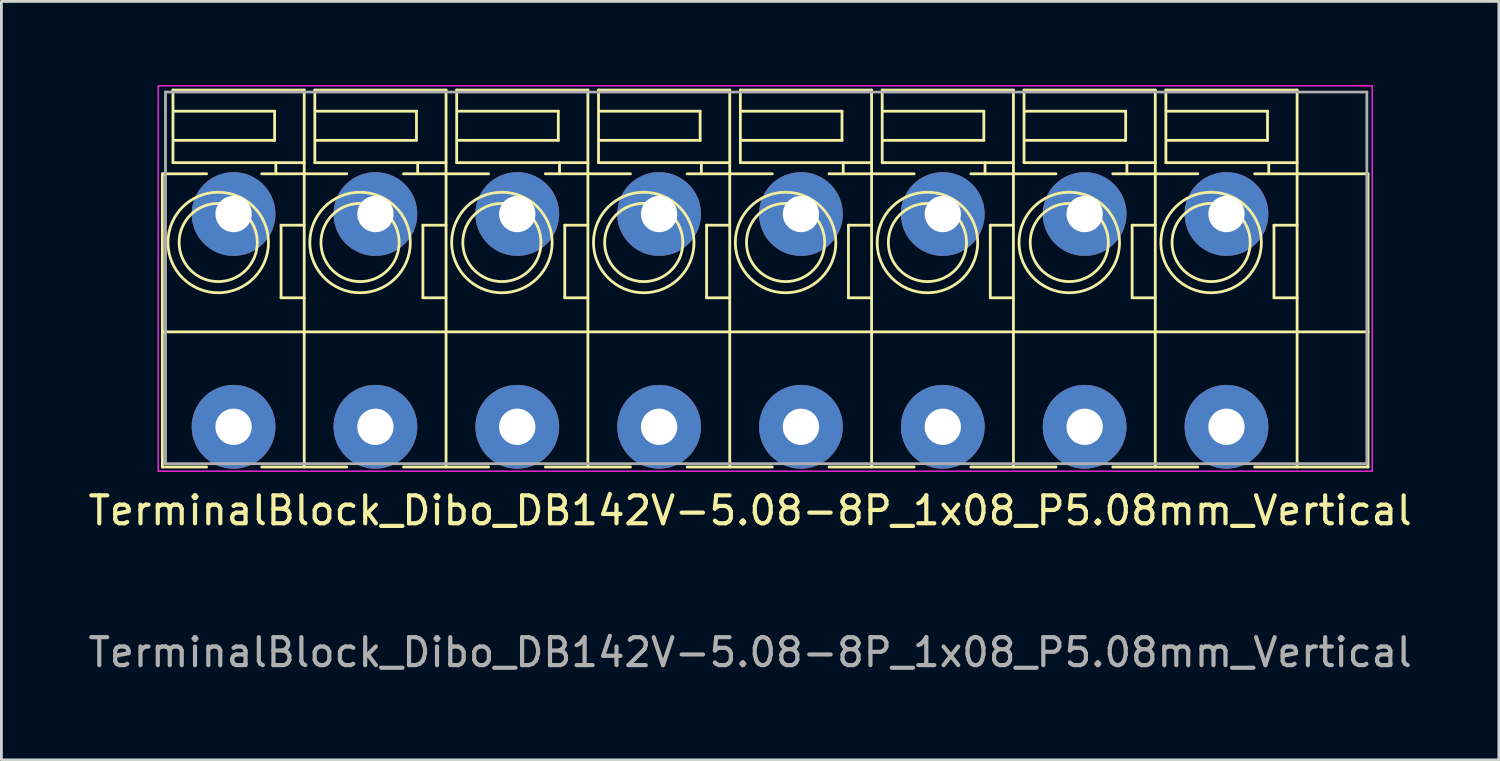
<source format=kicad_pcb>
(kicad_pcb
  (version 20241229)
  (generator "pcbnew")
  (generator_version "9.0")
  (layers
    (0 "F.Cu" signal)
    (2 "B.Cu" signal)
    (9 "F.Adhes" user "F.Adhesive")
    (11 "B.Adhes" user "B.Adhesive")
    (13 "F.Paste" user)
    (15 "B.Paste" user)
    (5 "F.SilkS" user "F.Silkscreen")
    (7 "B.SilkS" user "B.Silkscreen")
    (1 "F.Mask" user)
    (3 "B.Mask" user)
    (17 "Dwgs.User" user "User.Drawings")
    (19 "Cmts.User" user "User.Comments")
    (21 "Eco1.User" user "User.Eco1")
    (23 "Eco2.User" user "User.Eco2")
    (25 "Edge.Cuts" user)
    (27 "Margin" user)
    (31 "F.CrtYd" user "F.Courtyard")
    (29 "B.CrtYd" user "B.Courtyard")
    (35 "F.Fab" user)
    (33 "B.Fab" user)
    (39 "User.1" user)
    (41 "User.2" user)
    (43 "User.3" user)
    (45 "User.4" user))
  (footprint "TerminalBlock_Dibo_DB142V-5.08-8P_1x08_P5.08mm_Vertical"
    (layer "F.Cu")
    (at 5.315 12.235)
    (property "Reference" "TerminalBlock_Dibo_DB142V-5.08-8P_1x08_P5.08mm_Vertical" (at 18.5 3 0) (unlocked yes) (layer "F.SilkS") (effects (font (size 1 1) (thickness 0.15))))
    (attr through_hole)
    (fp_line (start -2.55 1.44) (end -2.55 -9.06) (stroke (width 0.1) (type default)) (layer "F.SilkS"))
    (fp_line (start -2.17 -12.06) (end 2.53 -12.06) (stroke (width 0.1) (type default)) (layer "F.SilkS"))
    (fp_line (start -2.17 -9.46) (end -2.17 -12.06) (stroke (width 0.1) (type default)) (layer "F.SilkS"))
    (fp_line (start -2.11 -10.26) (end 1.47 -10.26) (stroke (width 0.1) (type default)) (layer "F.SilkS"))
    (fp_line (start -0.966 -9.06) (end -2.55 -9.06) (stroke (width 0.1) (type default)) (layer "F.SilkS"))
    (fp_line (start -0.966 1.44) (end -2.55 1.44) (stroke (width 0.1) (type default)) (layer "F.SilkS"))
    (fp_line (start 1.47 -11.303) (end -2.11 -11.303) (stroke (width 0.1) (type default)) (layer "F.SilkS"))
    (fp_line (start 1.47 -10.26) (end 1.47 -11.303) (stroke (width 0.1) (type default)) (layer "F.SilkS"))
    (fp_line (start 1.514 -9.46) (end 1.514 -9.06) (stroke (width 0.1) (type default)) (layer "F.SilkS"))
    (fp_line (start 1.701 -7.22) (end 2.53 -7.22) (stroke (width 0.1) (type default)) (layer "F.SilkS"))
    (fp_line (start 1.701 -4.62) (end 1.701 -7.22) (stroke (width 0.1) (type default)) (layer "F.SilkS"))
    (fp_line (start 2.53 -12.06) (end 2.53 -9.06) (stroke (width 0.1) (type default)) (layer "F.SilkS"))
    (fp_line (start 2.53 -9.46) (end -2.17 -9.46) (stroke (width 0.1) (type default)) (layer "F.SilkS"))
    (fp_line (start 2.53 -4.62) (end 1.701 -4.62) (stroke (width 0.1) (type default)) (layer "F.SilkS"))
    (fp_line (start 2.53 1.44) (end 2.53 -9.06) (stroke (width 0.1) (type default)) (layer "F.SilkS"))
    (fp_line (start 2.91 -12.06) (end 7.61 -12.06) (stroke (width 0.1) (type default)) (layer "F.SilkS"))
    (fp_line (start 2.91 -9.46) (end 2.91 -12.06) (stroke (width 0.1) (type default)) (layer "F.SilkS"))
    (fp_line (start 2.97 -10.26) (end 6.55 -10.26) (stroke (width 0.1) (type default)) (layer "F.SilkS"))
    (fp_line (start 4.054 -9.06) (end 1.006 -9.06) (stroke (width 0.1) (type default)) (layer "F.SilkS"))
    (fp_line (start 4.054 1.44) (end 1.006 1.44) (stroke (width 0.1) (type default)) (layer "F.SilkS"))
    (fp_line (start 6.55 -11.303) (end 2.97 -11.303) (stroke (width 0.1) (type default)) (layer "F.SilkS"))
    (fp_line (start 6.55 -10.26) (end 6.55 -11.303) (stroke (width 0.1) (type default)) (layer "F.SilkS"))
    (fp_line (start 6.594 -9.46) (end 6.594 -9.06) (stroke (width 0.1) (type default)) (layer "F.SilkS"))
    (fp_line (start 6.781 -7.22) (end 7.61 -7.22) (stroke (width 0.1) (type default)) (layer "F.SilkS"))
    (fp_line (start 6.781 -4.62) (end 6.781 -7.22) (stroke (width 0.1) (type default)) (layer "F.SilkS"))
    (fp_line (start 7.61 -12.06) (end 7.61 -9.06) (stroke (width 0.1) (type default)) (layer "F.SilkS"))
    (fp_line (start 7.61 -9.46) (end 2.91 -9.46) (stroke (width 0.1) (type default)) (layer "F.SilkS"))
    (fp_line (start 7.61 -4.62) (end 6.781 -4.62) (stroke (width 0.1) (type default)) (layer "F.SilkS"))
    (fp_line (start 7.61 1.44) (end 7.61 -9.06) (stroke (width 0.1) (type default)) (layer "F.SilkS"))
    (fp_line (start 7.99 -12.06) (end 12.69 -12.06) (stroke (width 0.1) (type default)) (layer "F.SilkS"))
    (fp_line (start 7.99 -9.46) (end 7.99 -12.06) (stroke (width 0.1) (type default)) (layer "F.SilkS"))
    (fp_line (start 8.05 -10.26) (end 11.63 -10.26) (stroke (width 0.1) (type default)) (layer "F.SilkS"))
    (fp_line (start 9.134 -9.06) (end 6.086 -9.06) (stroke (width 0.1) (type default)) (layer "F.SilkS"))
    (fp_line (start 9.134 1.44) (end 6.086 1.44) (stroke (width 0.1) (type default)) (layer "F.SilkS"))
    (fp_line (start 11.63 -11.303) (end 8.05 -11.303) (stroke (width 0.1) (type default)) (layer "F.SilkS"))
    (fp_line (start 11.63 -10.26) (end 11.63 -11.303) (stroke (width 0.1) (type default)) (layer "F.SilkS"))
    (fp_line (start 11.674 -9.46) (end 11.674 -9.06) (stroke (width 0.1) (type default)) (layer "F.SilkS"))
    (fp_line (start 11.861 -7.22) (end 12.69 -7.22) (stroke (width 0.1) (type default)) (layer "F.SilkS"))
    (fp_line (start 11.861 -4.62) (end 11.861 -7.22) (stroke (width 0.1) (type default)) (layer "F.SilkS"))
    (fp_line (start 12.69 -12.06) (end 12.69 -9.06) (stroke (width 0.1) (type default)) (layer "F.SilkS"))
    (fp_line (start 12.69 -9.46) (end 7.99 -9.46) (stroke (width 0.1) (type default)) (layer "F.SilkS"))
    (fp_line (start 12.69 -4.62) (end 11.861 -4.62) (stroke (width 0.1) (type default)) (layer "F.SilkS"))
    (fp_line (start 12.69 1.44) (end 12.69 -9.06) (stroke (width 0.1) (type default)) (layer "F.SilkS"))
    (fp_line (start 13.07 -12.06) (end 17.77 -12.06) (stroke (width 0.1) (type default)) (layer "F.SilkS"))
    (fp_line (start 13.07 -9.46) (end 13.07 -12.06) (stroke (width 0.1) (type default)) (layer "F.SilkS"))
    (fp_line (start 13.13 -10.26) (end 16.71 -10.26) (stroke (width 0.1) (type default)) (layer "F.SilkS"))
    (fp_line (start 14.214 -9.06) (end 11.166 -9.06) (stroke (width 0.1) (type default)) (layer "F.SilkS"))
    (fp_line (start 14.214 1.44) (end 11.166 1.44) (stroke (width 0.1) (type default)) (layer "F.SilkS"))
    (fp_line (start 16.71 -11.303) (end 13.13 -11.303) (stroke (width 0.1) (type default)) (layer "F.SilkS"))
    (fp_line (start 16.71 -10.26) (end 16.71 -11.303) (stroke (width 0.1) (type default)) (layer "F.SilkS"))
    (fp_line (start 16.754 -9.46) (end 16.754 -9.06) (stroke (width 0.1) (type default)) (layer "F.SilkS"))
    (fp_line (start 16.941 -7.22) (end 17.77 -7.22) (stroke (width 0.1) (type default)) (layer "F.SilkS"))
    (fp_line (start 16.941 -4.62) (end 16.941 -7.22) (stroke (width 0.1) (type default)) (layer "F.SilkS"))
    (fp_line (start 17.77 -12.06) (end 17.77 -9.06) (stroke (width 0.1) (type default)) (layer "F.SilkS"))
    (fp_line (start 17.77 -9.46) (end 13.07 -9.46) (stroke (width 0.1) (type default)) (layer "F.SilkS"))
    (fp_line (start 17.77 -4.62) (end 16.941 -4.62) (stroke (width 0.1) (type default)) (layer "F.SilkS"))
    (fp_line (start 17.77 1.44) (end 17.77 -9.06) (stroke (width 0.1) (type default)) (layer "F.SilkS"))
    (fp_line (start 18.15 -12.06) (end 22.85 -12.06) (stroke (width 0.1) (type default)) (layer "F.SilkS"))
    (fp_line (start 18.15 -9.46) (end 18.15 -12.06) (stroke (width 0.1) (type default)) (layer "F.SilkS"))
    (fp_line (start 18.21 -10.26) (end 21.79 -10.26) (stroke (width 0.1) (type default)) (layer "F.SilkS"))
    (fp_line (start 19.294 -9.06) (end 16.246 -9.06) (stroke (width 0.1) (type default)) (layer "F.SilkS"))
    (fp_line (start 19.294 1.44) (end 16.246 1.44) (stroke (width 0.1) (type default)) (layer "F.SilkS"))
    (fp_line (start 21.79 -11.303) (end 18.21 -11.303) (stroke (width 0.1) (type default)) (layer "F.SilkS"))
    (fp_line (start 21.79 -10.26) (end 21.79 -11.303) (stroke (width 0.1) (type default)) (layer "F.SilkS"))
    (fp_line (start 21.834 -9.46) (end 21.834 -9.06) (stroke (width 0.1) (type default)) (layer "F.SilkS"))
    (fp_line (start 22.021 -7.22) (end 22.85 -7.22) (stroke (width 0.1) (type default)) (layer "F.SilkS"))
    (fp_line (start 22.021 -4.62) (end 22.021 -7.22) (stroke (width 0.1) (type default)) (layer "F.SilkS"))
    (fp_line (start 22.85 -12.06) (end 22.85 -9.06) (stroke (width 0.1) (type default)) (layer "F.SilkS"))
    (fp_line (start 22.85 -9.46) (end 18.15 -9.46) (stroke (width 0.1) (type default)) (layer "F.SilkS"))
    (fp_line (start 22.85 -4.62) (end 22.021 -4.62) (stroke (width 0.1) (type default)) (layer "F.SilkS"))
    (fp_line (start 22.85 1.44) (end 22.85 -9.06) (stroke (width 0.1) (type default)) (layer "F.SilkS"))
    (fp_line (start 23.23 -12.06) (end 27.93 -12.06) (stroke (width 0.1) (type default)) (layer "F.SilkS"))
    (fp_line (start 23.23 -9.46) (end 23.23 -12.06) (stroke (width 0.1) (type default)) (layer "F.SilkS"))
    (fp_line (start 23.29 -10.26) (end 26.87 -10.26) (stroke (width 0.1) (type default)) (layer "F.SilkS"))
    (fp_line (start 24.374 -9.06) (end 21.326 -9.06) (stroke (width 0.1) (type default)) (layer "F.SilkS"))
    (fp_line (start 24.374 1.44) (end 21.326 1.44) (stroke (width 0.1) (type default)) (layer "F.SilkS"))
    (fp_line (start 26.87 -11.303) (end 23.29 -11.303) (stroke (width 0.1) (type default)) (layer "F.SilkS"))
    (fp_line (start 26.87 -10.26) (end 26.87 -11.303) (stroke (width 0.1) (type default)) (layer "F.SilkS"))
    (fp_line (start 26.914 -9.46) (end 26.914 -9.06) (stroke (width 0.1) (type default)) (layer "F.SilkS"))
    (fp_line (start 27.101 -7.22) (end 27.93 -7.22) (stroke (width 0.1) (type default)) (layer "F.SilkS"))
    (fp_line (start 27.101 -4.62) (end 27.101 -7.22) (stroke (width 0.1) (type default)) (layer "F.SilkS"))
    (fp_line (start 27.93 -12.06) (end 27.93 -9.06) (stroke (width 0.1) (type default)) (layer "F.SilkS"))
    (fp_line (start 27.93 -9.46) (end 23.23 -9.46) (stroke (width 0.1) (type default)) (layer "F.SilkS"))
    (fp_line (start 27.93 -4.62) (end 27.101 -4.62) (stroke (width 0.1) (type default)) (layer "F.SilkS"))
    (fp_line (start 27.93 1.44) (end 27.93 -9.06) (stroke (width 0.1) (type default)) (layer "F.SilkS"))
    (fp_line (start 28.31 -12.06) (end 33.01 -12.06) (stroke (width 0.1) (type default)) (layer "F.SilkS"))
    (fp_line (start 28.31 -9.46) (end 28.31 -12.06) (stroke (width 0.1) (type default)) (layer "F.SilkS"))
    (fp_line (start 28.37 -10.26) (end 31.95 -10.26) (stroke (width 0.1) (type default)) (layer "F.SilkS"))
    (fp_line (start 29.454 -9.06) (end 26.406 -9.06) (stroke (width 0.1) (type default)) (layer "F.SilkS"))
    (fp_line (start 29.454 1.44) (end 26.406 1.44) (stroke (width 0.1) (type default)) (layer "F.SilkS"))
    (fp_line (start 31.95 -11.303) (end 28.37 -11.303) (stroke (width 0.1) (type default)) (layer "F.SilkS"))
    (fp_line (start 31.95 -10.26) (end 31.95 -11.303) (stroke (width 0.1) (type default)) (layer "F.SilkS"))
    (fp_line (start 31.994 -9.46) (end 31.994 -9.06) (stroke (width 0.1) (type default)) (layer "F.SilkS"))
    (fp_line (start 32.181 -7.22) (end 33.01 -7.22) (stroke (width 0.1) (type default)) (layer "F.SilkS"))
    (fp_line (start 32.181 -4.62) (end 32.181 -7.22) (stroke (width 0.1) (type default)) (layer "F.SilkS"))
    (fp_line (start 33.01 -12.06) (end 33.01 -9.06) (stroke (width 0.1) (type default)) (layer "F.SilkS"))
    (fp_line (start 33.01 -9.46) (end 28.31 -9.46) (stroke (width 0.1) (type default)) (layer "F.SilkS"))
    (fp_line (start 33.01 -4.62) (end 32.181 -4.62) (stroke (width 0.1) (type default)) (layer "F.SilkS"))
    (fp_line (start 33.01 1.44) (end 33.01 -9.06) (stroke (width 0.1) (type default)) (layer "F.SilkS"))
    (fp_line (start 33.39 -12.06) (end 38.09 -12.06) (stroke (width 0.1) (type default)) (layer "F.SilkS"))
    (fp_line (start 33.39 -9.46) (end 33.39 -12.06) (stroke (width 0.1) (type default)) (layer "F.SilkS"))
    (fp_line (start 33.45 -10.26) (end 37.03 -10.26) (stroke (width 0.1) (type default)) (layer "F.SilkS"))
    (fp_line (start 34.534 -9.06) (end 31.486 -9.06) (stroke (width 0.1) (type default)) (layer "F.SilkS"))
    (fp_line (start 34.534 1.44) (end 31.486 1.44) (stroke (width 0.1) (type default)) (layer "F.SilkS"))
    (fp_line (start 36.566 -9.06) (end 40.63 -9.06) (stroke (width 0.1) (type default)) (layer "F.SilkS"))
    (fp_line (start 37.03 -11.303) (end 33.45 -11.303) (stroke (width 0.1) (type default)) (layer "F.SilkS"))
    (fp_line (start 37.03 -10.26) (end 37.03 -11.303) (stroke (width 0.1) (type default)) (layer "F.SilkS"))
    (fp_line (start 37.074 -9.46) (end 37.074 -9.06) (stroke (width 0.1) (type default)) (layer "F.SilkS"))
    (fp_line (start 37.261 -7.22) (end 38.09 -7.22) (stroke (width 0.1) (type default)) (layer "F.SilkS"))
    (fp_line (start 37.261 -4.62) (end 37.261 -7.22) (stroke (width 0.1) (type default)) (layer "F.SilkS"))
    (fp_line (start 38.09 -12.06) (end 38.09 -9.06) (stroke (width 0.1) (type default)) (layer "F.SilkS"))
    (fp_line (start 38.09 -9.46) (end 33.39 -9.46) (stroke (width 0.1) (type default)) (layer "F.SilkS"))
    (fp_line (start 38.09 -4.62) (end 37.261 -4.62) (stroke (width 0.1) (type default)) (layer "F.SilkS"))
    (fp_line (start 38.09 1.44) (end 38.09 -9.06) (stroke (width 0.1) (type default)) (layer "F.SilkS"))
    (fp_line (start 40.63 -9.06) (end 40.63 1.44) (stroke (width 0.1) (type default)) (layer "F.SilkS"))
    (fp_line (start 40.63 -3.4) (end -2.55 -3.4) (stroke (width 0.1) (type default)) (layer "F.SilkS"))
    (fp_line (start 40.63 1.44) (end 36.566 1.44) (stroke (width 0.1) (type default)) (layer "F.SilkS"))
    (fp_circle (center -0.55 -6.6) (end 0.85 -6.6) (stroke (width 0.1) (type default)) (fill no) (layer "F.SilkS"))
    (fp_circle (center -0.55 -6.6) (end 1.25 -6.6) (stroke (width 0.1) (type default)) (fill no) (layer "F.SilkS"))
    (fp_circle (center 4.53 -6.6) (end 5.93 -6.6) (stroke (width 0.1) (type default)) (fill no) (layer "F.SilkS"))
    (fp_circle (center 4.53 -6.6) (end 6.33 -6.6) (stroke (width 0.1) (type default)) (fill no) (layer "F.SilkS"))
    (fp_circle (center 9.61 -6.6) (end 11.01 -6.6) (stroke (width 0.1) (type default)) (fill no) (layer "F.SilkS"))
    (fp_circle (center 9.61 -6.6) (end 11.41 -6.6) (stroke (width 0.1) (type default)) (fill no) (layer "F.SilkS"))
    (fp_circle (center 14.69 -6.6) (end 16.09 -6.6) (stroke (width 0.1) (type default)) (fill no) (layer "F.SilkS"))
    (fp_circle (center 14.69 -6.6) (end 16.49 -6.6) (stroke (width 0.1) (type default)) (fill no) (layer "F.SilkS"))
    (fp_circle (center 19.77 -6.6) (end 21.17 -6.6) (stroke (width 0.1) (type default)) (fill no) (layer "F.SilkS"))
    (fp_circle (center 19.77 -6.6) (end 21.57 -6.6) (stroke (width 0.1) (type default)) (fill no) (layer "F.SilkS"))
    (fp_circle (center 24.85 -6.6) (end 26.25 -6.6) (stroke (width 0.1) (type default)) (fill no) (layer "F.SilkS"))
    (fp_circle (center 24.85 -6.6) (end 26.65 -6.6) (stroke (width 0.1) (type default)) (fill no) (layer "F.SilkS"))
    (fp_circle (center 29.93 -6.6) (end 31.33 -6.6) (stroke (width 0.1) (type default)) (fill no) (layer "F.SilkS"))
    (fp_circle (center 29.93 -6.6) (end 31.73 -6.6) (stroke (width 0.1) (type default)) (fill no) (layer "F.SilkS"))
    (fp_circle (center 35.01 -6.6) (end 36.41 -6.6) (stroke (width 0.1) (type default)) (fill no) (layer "F.SilkS"))
    (fp_circle (center 35.01 -6.6) (end 36.81 -6.6) (stroke (width 0.1) (type default)) (fill no) (layer "F.SilkS"))
    (fp_rect (start 40.78 1.59) (end -2.7 -12.21) (stroke (width 0.05) (type default)) (fill no) (layer "F.CrtYd"))
    (fp_line (start -2.439 -11.989) (end 40.588 -11.989) (stroke (width 0.1) (type default)) (layer "F.Fab"))
    (fp_line (start -2.439 1.321) (end -2.439 -11.989) (stroke (width 0.1) (type default)) (layer "F.Fab"))
    (fp_line (start 40.588 -11.989) (end 40.588 1.321) (stroke (width 0.1) (type default)) (layer "F.Fab"))
    (fp_line (start 40.588 1.321) (end -2.439 1.321) (stroke (width 0.1) (type default)) (layer "F.Fab"))
    (fp_text user "${REFERENCE}" (at 18.5 8.08 0) (unlocked yes) (layer "F.Fab") (effects (font (size 1 1) (thickness 0.15))))
    (pad "1" thru_hole circle (at 0 -7.62 180) (size 3 3) (drill 1.3) (layers "*.Cu" "*.Mask"))
    (pad "1" thru_hole circle (at 0 0 180) (size 3 3) (drill 1.3) (layers "*.Cu" "*.Mask"))
    (pad "2" thru_hole circle (at 5.08 -7.62 180) (size 3 3) (drill 1.3) (layers "*.Cu" "*.Mask"))
    (pad "2" thru_hole circle (at 5.08 0 180) (size 3 3) (drill 1.3) (layers "*.Cu" "*.Mask"))
    (pad "3" thru_hole circle (at 10.16 -7.62 180) (size 3 3) (drill 1.3) (layers "*.Cu" "*.Mask"))
    (pad "3" thru_hole circle (at 10.16 0 180) (size 3 3) (drill 1.3) (layers "*.Cu" "*.Mask"))
    (pad "4" thru_hole circle (at 15.24 -7.62 180) (size 3 3) (drill 1.3) (layers "*.Cu" "*.Mask"))
    (pad "4" thru_hole circle (at 15.24 0 180) (size 3 3) (drill 1.3) (layers "*.Cu" "*.Mask"))
    (pad "5" thru_hole circle (at 20.32 -7.62 180) (size 3 3) (drill 1.3) (layers "*.Cu" "*.Mask"))
    (pad "5" thru_hole circle (at 20.32 0 180) (size 3 3) (drill 1.3) (layers "*.Cu" "*.Mask"))
    (pad "6" thru_hole circle (at 25.4 -7.62 180) (size 3 3) (drill 1.3) (layers "*.Cu" "*.Mask"))
    (pad "6" thru_hole circle (at 25.4 0 180) (size 3 3) (drill 1.3) (layers "*.Cu" "*.Mask"))
    (pad "7" thru_hole circle (at 30.48 -7.62 180) (size 3 3) (drill 1.3) (layers "*.Cu" "*.Mask"))
    (pad "7" thru_hole circle (at 30.48 0 180) (size 3 3) (drill 1.3) (layers "*.Cu" "*.Mask"))
    (pad "8" thru_hole circle (at 35.56 -7.62 180) (size 3 3) (drill 1.3) (layers "*.Cu" "*.Mask"))
    (pad "8" thru_hole circle (at 35.56 0 180) (size 3 3) (drill 1.3) (layers "*.Cu" "*.Mask")))
  (gr_rect
    (start -3 -3)
    (end 50.631 24.163)
    (stroke (width 0.1) (type default))
    (fill no)
    (layer "Edge.Cuts")))
</source>
